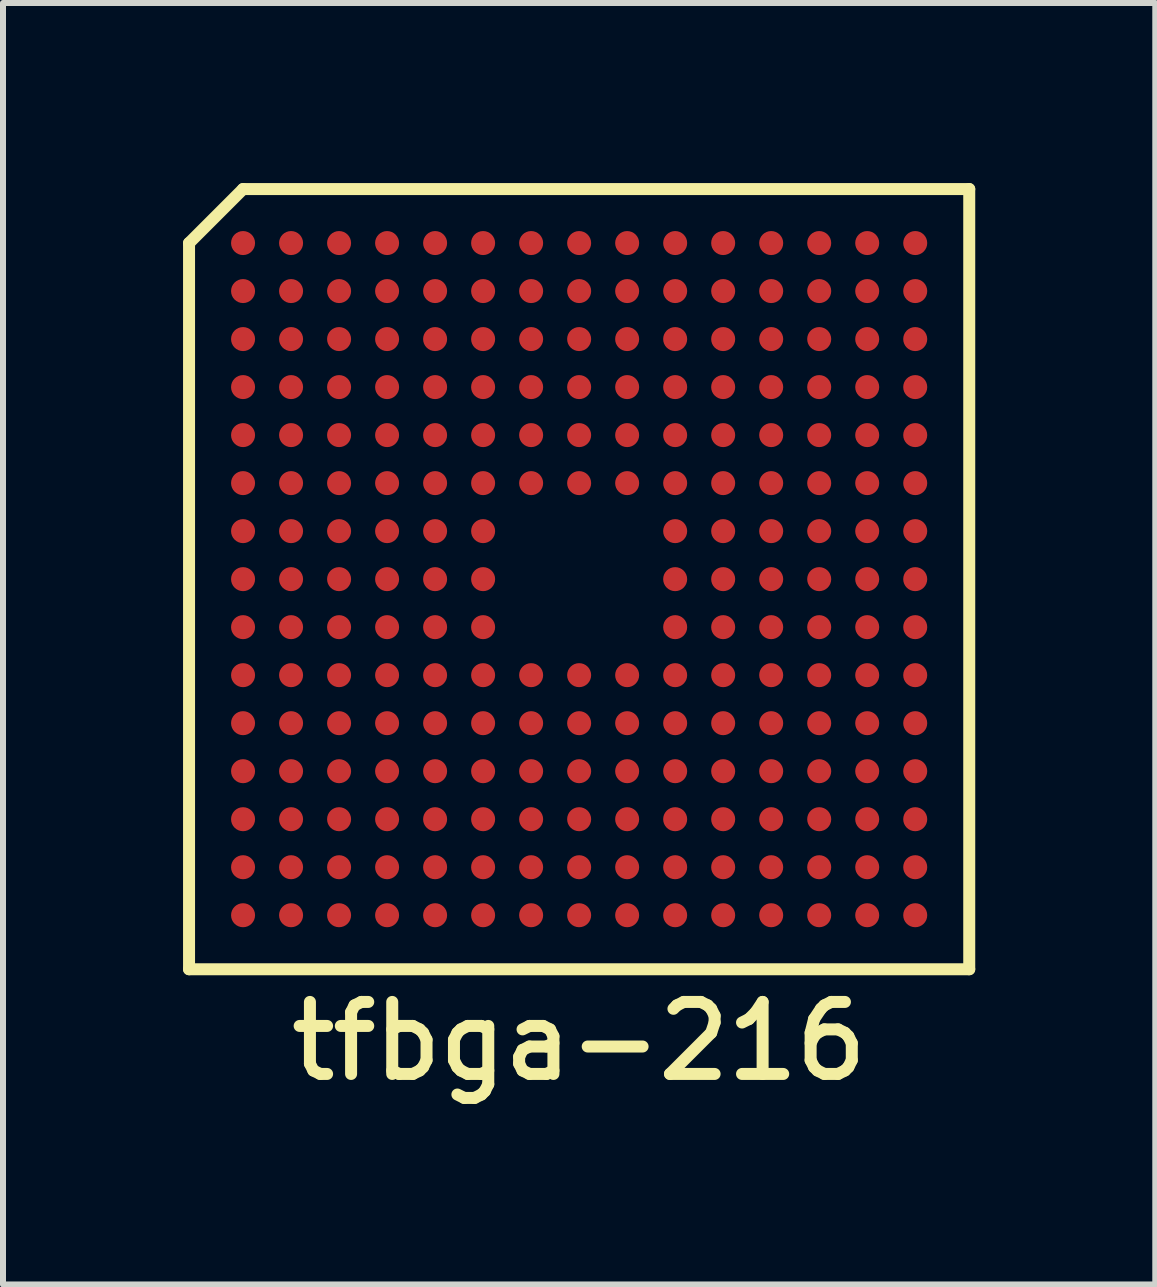
<source format=kicad_pcb>
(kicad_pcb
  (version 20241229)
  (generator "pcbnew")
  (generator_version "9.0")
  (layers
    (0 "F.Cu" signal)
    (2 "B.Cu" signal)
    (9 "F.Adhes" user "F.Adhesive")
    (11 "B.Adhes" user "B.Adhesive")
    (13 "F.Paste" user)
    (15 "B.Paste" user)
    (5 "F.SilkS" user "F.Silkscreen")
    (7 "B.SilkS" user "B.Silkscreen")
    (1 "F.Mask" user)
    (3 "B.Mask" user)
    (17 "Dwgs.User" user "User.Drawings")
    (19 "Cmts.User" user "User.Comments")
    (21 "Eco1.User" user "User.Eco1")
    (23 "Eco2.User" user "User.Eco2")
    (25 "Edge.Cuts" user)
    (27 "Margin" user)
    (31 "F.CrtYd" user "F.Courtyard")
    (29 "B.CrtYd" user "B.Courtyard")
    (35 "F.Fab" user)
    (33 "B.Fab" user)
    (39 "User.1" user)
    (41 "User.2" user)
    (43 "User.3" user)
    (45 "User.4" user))
  (footprint "tfbga-216"
    (layer "F.Cu")
    (at 6.6 6.6)
    (property "Reference" "tfbga-216" (at 0 7.7 0) (layer "F.SilkS") (effects (font (size 1.2 1.2) (thickness 0.2))))
    (attr through_hole)
    (fp_line (start -6.5 -5.6) (end -6.5 6.5) (stroke (width 0.2) (type solid)) (layer "F.SilkS"))
    (fp_line (start -6.5 6.5) (end 6.5 6.5) (stroke (width 0.2) (type solid)) (layer "F.SilkS"))
    (fp_line (start -5.6 -6.5) (end -6.5 -5.6) (stroke (width 0.2) (type solid)) (layer "F.SilkS"))
    (fp_line (start 6.5 -6.5) (end -5.6 -6.5) (stroke (width 0.2) (type solid)) (layer "F.SilkS"))
    (fp_line (start 6.5 6.5) (end 6.5 -6.5) (stroke (width 0.2) (type solid)) (layer "F.SilkS"))
    (pad "A1" smd circle (at -5.6 -5.6) (size 0.4 0.4) (layers "F.Cu" "F.Mask" "F.Paste"))
    (pad "A2" smd circle (at -4.8 -5.6) (size 0.4 0.4) (layers "F.Cu" "F.Mask" "F.Paste"))
    (pad "A3" smd circle (at -4 -5.6) (size 0.4 0.4) (layers "F.Cu" "F.Mask" "F.Paste"))
    (pad "A4" smd circle (at -3.2 -5.6) (size 0.4 0.4) (layers "F.Cu" "F.Mask" "F.Paste"))
    (pad "A5" smd circle (at -2.4 -5.6) (size 0.4 0.4) (layers "F.Cu" "F.Mask" "F.Paste"))
    (pad "A6" smd circle (at -1.6 -5.6) (size 0.4 0.4) (layers "F.Cu" "F.Mask" "F.Paste"))
    (pad "A7" smd circle (at -0.8 -5.6) (size 0.4 0.4) (layers "F.Cu" "F.Mask" "F.Paste"))
    (pad "A8" smd circle (at 0 -5.6) (size 0.4 0.4) (layers "F.Cu" "F.Mask" "F.Paste"))
    (pad "A9" smd circle (at 0.8 -5.6) (size 0.4 0.4) (layers "F.Cu" "F.Mask" "F.Paste"))
    (pad "A10" smd circle (at 1.6 -5.6) (size 0.4 0.4) (layers "F.Cu" "F.Mask" "F.Paste"))
    (pad "A11" smd circle (at 2.4 -5.6) (size 0.4 0.4) (layers "F.Cu" "F.Mask" "F.Paste"))
    (pad "A12" smd circle (at 3.2 -5.6) (size 0.4 0.4) (layers "F.Cu" "F.Mask" "F.Paste"))
    (pad "A13" smd circle (at 4 -5.6) (size 0.4 0.4) (layers "F.Cu" "F.Mask" "F.Paste"))
    (pad "A14" smd circle (at 4.8 -5.6) (size 0.4 0.4) (layers "F.Cu" "F.Mask" "F.Paste"))
    (pad "A15" smd circle (at 5.6 -5.6) (size 0.4 0.4) (layers "F.Cu" "F.Mask" "F.Paste"))
    (pad "B1" smd circle (at -5.6 -4.8) (size 0.4 0.4) (layers "F.Cu" "F.Mask" "F.Paste"))
    (pad "B2" smd circle (at -4.8 -4.8) (size 0.4 0.4) (layers "F.Cu" "F.Mask" "F.Paste"))
    (pad "B3" smd circle (at -4 -4.8) (size 0.4 0.4) (layers "F.Cu" "F.Mask" "F.Paste"))
    (pad "B4" smd circle (at -3.2 -4.8) (size 0.4 0.4) (layers "F.Cu" "F.Mask" "F.Paste"))
    (pad "B5" smd circle (at -2.4 -4.8) (size 0.4 0.4) (layers "F.Cu" "F.Mask" "F.Paste"))
    (pad "B6" smd circle (at -1.6 -4.8) (size 0.4 0.4) (layers "F.Cu" "F.Mask" "F.Paste"))
    (pad "B7" smd circle (at -0.8 -4.8) (size 0.4 0.4) (layers "F.Cu" "F.Mask" "F.Paste"))
    (pad "B8" smd circle (at 0 -4.8) (size 0.4 0.4) (layers "F.Cu" "F.Mask" "F.Paste"))
    (pad "B9" smd circle (at 0.8 -4.8) (size 0.4 0.4) (layers "F.Cu" "F.Mask" "F.Paste"))
    (pad "B10" smd circle (at 1.6 -4.8) (size 0.4 0.4) (layers "F.Cu" "F.Mask" "F.Paste"))
    (pad "B11" smd circle (at 2.4 -4.8) (size 0.4 0.4) (layers "F.Cu" "F.Mask" "F.Paste"))
    (pad "B12" smd circle (at 3.2 -4.8) (size 0.4 0.4) (layers "F.Cu" "F.Mask" "F.Paste"))
    (pad "B13" smd circle (at 4 -4.8) (size 0.4 0.4) (layers "F.Cu" "F.Mask" "F.Paste"))
    (pad "B14" smd circle (at 4.8 -4.8) (size 0.4 0.4) (layers "F.Cu" "F.Mask" "F.Paste"))
    (pad "B15" smd circle (at 5.6 -4.8) (size 0.4 0.4) (layers "F.Cu" "F.Mask" "F.Paste"))
    (pad "C1" smd circle (at -5.6 -4) (size 0.4 0.4) (layers "F.Cu" "F.Mask" "F.Paste"))
    (pad "C2" smd circle (at -4.8 -4) (size 0.4 0.4) (layers "F.Cu" "F.Mask" "F.Paste"))
    (pad "C3" smd circle (at -4 -4) (size 0.4 0.4) (layers "F.Cu" "F.Mask" "F.Paste"))
    (pad "C4" smd circle (at -3.2 -4) (size 0.4 0.4) (layers "F.Cu" "F.Mask" "F.Paste"))
    (pad "C5" smd circle (at -2.4 -4) (size 0.4 0.4) (layers "F.Cu" "F.Mask" "F.Paste"))
    (pad "C6" smd circle (at -1.6 -4) (size 0.4 0.4) (layers "F.Cu" "F.Mask" "F.Paste"))
    (pad "C7" smd circle (at -0.8 -4) (size 0.4 0.4) (layers "F.Cu" "F.Mask" "F.Paste"))
    (pad "C8" smd circle (at 0 -4) (size 0.4 0.4) (layers "F.Cu" "F.Mask" "F.Paste"))
    (pad "C9" smd circle (at 0.8 -4) (size 0.4 0.4) (layers "F.Cu" "F.Mask" "F.Paste"))
    (pad "C10" smd circle (at 1.6 -4) (size 0.4 0.4) (layers "F.Cu" "F.Mask" "F.Paste"))
    (pad "C11" smd circle (at 2.4 -4) (size 0.4 0.4) (layers "F.Cu" "F.Mask" "F.Paste"))
    (pad "C12" smd circle (at 3.2 -4) (size 0.4 0.4) (layers "F.Cu" "F.Mask" "F.Paste"))
    (pad "C13" smd circle (at 4 -4) (size 0.4 0.4) (layers "F.Cu" "F.Mask" "F.Paste"))
    (pad "C14" smd circle (at 4.8 -4) (size 0.4 0.4) (layers "F.Cu" "F.Mask" "F.Paste"))
    (pad "C15" smd circle (at 5.6 -4) (size 0.4 0.4) (layers "F.Cu" "F.Mask" "F.Paste"))
    (pad "D1" smd circle (at -5.6 -3.2) (size 0.4 0.4) (layers "F.Cu" "F.Mask" "F.Paste"))
    (pad "D2" smd circle (at -4.8 -3.2) (size 0.4 0.4) (layers "F.Cu" "F.Mask" "F.Paste"))
    (pad "D3" smd circle (at -4 -3.2) (size 0.4 0.4) (layers "F.Cu" "F.Mask" "F.Paste"))
    (pad "D4" smd circle (at -3.2 -3.2) (size 0.4 0.4) (layers "F.Cu" "F.Mask" "F.Paste"))
    (pad "D5" smd circle (at -2.4 -3.2) (size 0.4 0.4) (layers "F.Cu" "F.Mask" "F.Paste"))
    (pad "D6" smd circle (at -1.6 -3.2) (size 0.4 0.4) (layers "F.Cu" "F.Mask" "F.Paste"))
    (pad "D7" smd circle (at -0.8 -3.2) (size 0.4 0.4) (layers "F.Cu" "F.Mask" "F.Paste"))
    (pad "D8" smd circle (at 0 -3.2) (size 0.4 0.4) (layers "F.Cu" "F.Mask" "F.Paste"))
    (pad "D9" smd circle (at 0.8 -3.2) (size 0.4 0.4) (layers "F.Cu" "F.Mask" "F.Paste"))
    (pad "D10" smd circle (at 1.6 -3.2) (size 0.4 0.4) (layers "F.Cu" "F.Mask" "F.Paste"))
    (pad "D11" smd circle (at 2.4 -3.2) (size 0.4 0.4) (layers "F.Cu" "F.Mask" "F.Paste"))
    (pad "D12" smd circle (at 3.2 -3.2) (size 0.4 0.4) (layers "F.Cu" "F.Mask" "F.Paste"))
    (pad "D13" smd circle (at 4 -3.2) (size 0.4 0.4) (layers "F.Cu" "F.Mask" "F.Paste"))
    (pad "D14" smd circle (at 4.8 -3.2) (size 0.4 0.4) (layers "F.Cu" "F.Mask" "F.Paste"))
    (pad "D15" smd circle (at 5.6 -3.2) (size 0.4 0.4) (layers "F.Cu" "F.Mask" "F.Paste"))
    (pad "E1" smd circle (at -5.6 -2.4) (size 0.4 0.4) (layers "F.Cu" "F.Mask" "F.Paste"))
    (pad "E2" smd circle (at -4.8 -2.4) (size 0.4 0.4) (layers "F.Cu" "F.Mask" "F.Paste"))
    (pad "E3" smd circle (at -4 -2.4) (size 0.4 0.4) (layers "F.Cu" "F.Mask" "F.Paste"))
    (pad "E4" smd circle (at -3.2 -2.4) (size 0.4 0.4) (layers "F.Cu" "F.Mask" "F.Paste"))
    (pad "E5" smd circle (at -2.4 -2.4) (size 0.4 0.4) (layers "F.Cu" "F.Mask" "F.Paste"))
    (pad "E6" smd circle (at -1.6 -2.4) (size 0.4 0.4) (layers "F.Cu" "F.Mask" "F.Paste"))
    (pad "E7" smd circle (at -0.8 -2.4) (size 0.4 0.4) (layers "F.Cu" "F.Mask" "F.Paste"))
    (pad "E8" smd circle (at 0 -2.4) (size 0.4 0.4) (layers "F.Cu" "F.Mask" "F.Paste"))
    (pad "E9" smd circle (at 0.8 -2.4) (size 0.4 0.4) (layers "F.Cu" "F.Mask" "F.Paste"))
    (pad "E10" smd circle (at 1.6 -2.4) (size 0.4 0.4) (layers "F.Cu" "F.Mask" "F.Paste"))
    (pad "E11" smd circle (at 2.4 -2.4) (size 0.4 0.4) (layers "F.Cu" "F.Mask" "F.Paste"))
    (pad "E12" smd circle (at 3.2 -2.4) (size 0.4 0.4) (layers "F.Cu" "F.Mask" "F.Paste"))
    (pad "E13" smd circle (at 4 -2.4) (size 0.4 0.4) (layers "F.Cu" "F.Mask" "F.Paste"))
    (pad "E14" smd circle (at 4.8 -2.4) (size 0.4 0.4) (layers "F.Cu" "F.Mask" "F.Paste"))
    (pad "E15" smd circle (at 5.6 -2.4) (size 0.4 0.4) (layers "F.Cu" "F.Mask" "F.Paste"))
    (pad "F1" smd circle (at -5.6 -1.6) (size 0.4 0.4) (layers "F.Cu" "F.Mask" "F.Paste"))
    (pad "F2" smd circle (at -4.8 -1.6) (size 0.4 0.4) (layers "F.Cu" "F.Mask" "F.Paste"))
    (pad "F3" smd circle (at -4 -1.6) (size 0.4 0.4) (layers "F.Cu" "F.Mask" "F.Paste"))
    (pad "F4" smd circle (at -3.2 -1.6) (size 0.4 0.4) (layers "F.Cu" "F.Mask" "F.Paste"))
    (pad "F5" smd circle (at -2.4 -1.6) (size 0.4 0.4) (layers "F.Cu" "F.Mask" "F.Paste"))
    (pad "F6" smd circle (at -1.6 -1.6) (size 0.4 0.4) (layers "F.Cu" "F.Mask" "F.Paste"))
    (pad "F7" smd circle (at -0.8 -1.6) (size 0.4 0.4) (layers "F.Cu" "F.Mask" "F.Paste"))
    (pad "F8" smd circle (at 0 -1.6) (size 0.4 0.4) (layers "F.Cu" "F.Mask" "F.Paste"))
    (pad "F9" smd circle (at 0.8 -1.6) (size 0.4 0.4) (layers "F.Cu" "F.Mask" "F.Paste"))
    (pad "F10" smd circle (at 1.6 -1.6) (size 0.4 0.4) (layers "F.Cu" "F.Mask" "F.Paste"))
    (pad "F11" smd circle (at 2.4 -1.6) (size 0.4 0.4) (layers "F.Cu" "F.Mask" "F.Paste"))
    (pad "F12" smd circle (at 3.2 -1.6) (size 0.4 0.4) (layers "F.Cu" "F.Mask" "F.Paste"))
    (pad "F13" smd circle (at 4 -1.6) (size 0.4 0.4) (layers "F.Cu" "F.Mask" "F.Paste"))
    (pad "F14" smd circle (at 4.8 -1.6) (size 0.4 0.4) (layers "F.Cu" "F.Mask" "F.Paste"))
    (pad "F15" smd circle (at 5.6 -1.6) (size 0.4 0.4) (layers "F.Cu" "F.Mask" "F.Paste"))
    (pad "G1" smd circle (at -5.6 -0.8) (size 0.4 0.4) (layers "F.Cu" "F.Mask" "F.Paste"))
    (pad "G2" smd circle (at -4.8 -0.8) (size 0.4 0.4) (layers "F.Cu" "F.Mask" "F.Paste"))
    (pad "G3" smd circle (at -4 -0.8) (size 0.4 0.4) (layers "F.Cu" "F.Mask" "F.Paste"))
    (pad "G4" smd circle (at -3.2 -0.8) (size 0.4 0.4) (layers "F.Cu" "F.Mask" "F.Paste"))
    (pad "G5" smd circle (at -2.4 -0.8) (size 0.4 0.4) (layers "F.Cu" "F.Mask" "F.Paste"))
    (pad "G6" smd circle (at -1.6 -0.8) (size 0.4 0.4) (layers "F.Cu" "F.Mask" "F.Paste"))
    (pad "G10" smd circle (at 1.6 -0.8) (size 0.4 0.4) (layers "F.Cu" "F.Mask" "F.Paste"))
    (pad "G11" smd circle (at 2.4 -0.8) (size 0.4 0.4) (layers "F.Cu" "F.Mask" "F.Paste"))
    (pad "G12" smd circle (at 3.2 -0.8) (size 0.4 0.4) (layers "F.Cu" "F.Mask" "F.Paste"))
    (pad "G13" smd circle (at 4 -0.8) (size 0.4 0.4) (layers "F.Cu" "F.Mask" "F.Paste"))
    (pad "G14" smd circle (at 4.8 -0.8) (size 0.4 0.4) (layers "F.Cu" "F.Mask" "F.Paste"))
    (pad "G15" smd circle (at 5.6 -0.8) (size 0.4 0.4) (layers "F.Cu" "F.Mask" "F.Paste"))
    (pad "H1" smd circle (at -5.6 0) (size 0.4 0.4) (layers "F.Cu" "F.Mask" "F.Paste"))
    (pad "H2" smd circle (at -4.8 0) (size 0.4 0.4) (layers "F.Cu" "F.Mask" "F.Paste"))
    (pad "H3" smd circle (at -4 0) (size 0.4 0.4) (layers "F.Cu" "F.Mask" "F.Paste"))
    (pad "H4" smd circle (at -3.2 0) (size 0.4 0.4) (layers "F.Cu" "F.Mask" "F.Paste"))
    (pad "H5" smd circle (at -2.4 0) (size 0.4 0.4) (layers "F.Cu" "F.Mask" "F.Paste"))
    (pad "H6" smd circle (at -1.6 0) (size 0.4 0.4) (layers "F.Cu" "F.Mask" "F.Paste"))
    (pad "H10" smd circle (at 1.6 0) (size 0.4 0.4) (layers "F.Cu" "F.Mask" "F.Paste"))
    (pad "H11" smd circle (at 2.4 0) (size 0.4 0.4) (layers "F.Cu" "F.Mask" "F.Paste"))
    (pad "H12" smd circle (at 3.2 0) (size 0.4 0.4) (layers "F.Cu" "F.Mask" "F.Paste"))
    (pad "H13" smd circle (at 4 0) (size 0.4 0.4) (layers "F.Cu" "F.Mask" "F.Paste"))
    (pad "H14" smd circle (at 4.8 0) (size 0.4 0.4) (layers "F.Cu" "F.Mask" "F.Paste"))
    (pad "H15" smd circle (at 5.6 0) (size 0.4 0.4) (layers "F.Cu" "F.Mask" "F.Paste"))
    (pad "J1" smd circle (at -5.6 0.8) (size 0.4 0.4) (layers "F.Cu" "F.Mask" "F.Paste"))
    (pad "J2" smd circle (at -4.8 0.8) (size 0.4 0.4) (layers "F.Cu" "F.Mask" "F.Paste"))
    (pad "J3" smd circle (at -4 0.8) (size 0.4 0.4) (layers "F.Cu" "F.Mask" "F.Paste"))
    (pad "J4" smd circle (at -3.2 0.8) (size 0.4 0.4) (layers "F.Cu" "F.Mask" "F.Paste"))
    (pad "J5" smd circle (at -2.4 0.8) (size 0.4 0.4) (layers "F.Cu" "F.Mask" "F.Paste"))
    (pad "J6" smd circle (at -1.6 0.8) (size 0.4 0.4) (layers "F.Cu" "F.Mask" "F.Paste"))
    (pad "J10" smd circle (at 1.6 0.8) (size 0.4 0.4) (layers "F.Cu" "F.Mask" "F.Paste"))
    (pad "J11" smd circle (at 2.4 0.8) (size 0.4 0.4) (layers "F.Cu" "F.Mask" "F.Paste"))
    (pad "J12" smd circle (at 3.2 0.8) (size 0.4 0.4) (layers "F.Cu" "F.Mask" "F.Paste"))
    (pad "J13" smd circle (at 4 0.8) (size 0.4 0.4) (layers "F.Cu" "F.Mask" "F.Paste"))
    (pad "J14" smd circle (at 4.8 0.8) (size 0.4 0.4) (layers "F.Cu" "F.Mask" "F.Paste"))
    (pad "J15" smd circle (at 5.6 0.8) (size 0.4 0.4) (layers "F.Cu" "F.Mask" "F.Paste"))
    (pad "K1" smd circle (at -5.6 1.6) (size 0.4 0.4) (layers "F.Cu" "F.Mask" "F.Paste"))
    (pad "K2" smd circle (at -4.8 1.6) (size 0.4 0.4) (layers "F.Cu" "F.Mask" "F.Paste"))
    (pad "K3" smd circle (at -4 1.6) (size 0.4 0.4) (layers "F.Cu" "F.Mask" "F.Paste"))
    (pad "K4" smd circle (at -3.2 1.6) (size 0.4 0.4) (layers "F.Cu" "F.Mask" "F.Paste"))
    (pad "K5" smd circle (at -2.4 1.6) (size 0.4 0.4) (layers "F.Cu" "F.Mask" "F.Paste"))
    (pad "K6" smd circle (at -1.6 1.6) (size 0.4 0.4) (layers "F.Cu" "F.Mask" "F.Paste"))
    (pad "K7" smd circle (at -0.8 1.6) (size 0.4 0.4) (layers "F.Cu" "F.Mask" "F.Paste"))
    (pad "K8" smd circle (at 0 1.6) (size 0.4 0.4) (layers "F.Cu" "F.Mask" "F.Paste"))
    (pad "K9" smd circle (at 0.8 1.6) (size 0.4 0.4) (layers "F.Cu" "F.Mask" "F.Paste"))
    (pad "K10" smd circle (at 1.6 1.6) (size 0.4 0.4) (layers "F.Cu" "F.Mask" "F.Paste"))
    (pad "K11" smd circle (at 2.4 1.6) (size 0.4 0.4) (layers "F.Cu" "F.Mask" "F.Paste"))
    (pad "K12" smd circle (at 3.2 1.6) (size 0.4 0.4) (layers "F.Cu" "F.Mask" "F.Paste"))
    (pad "K13" smd circle (at 4 1.6) (size 0.4 0.4) (layers "F.Cu" "F.Mask" "F.Paste"))
    (pad "K14" smd circle (at 4.8 1.6) (size 0.4 0.4) (layers "F.Cu" "F.Mask" "F.Paste"))
    (pad "K15" smd circle (at 5.6 1.6) (size 0.4 0.4) (layers "F.Cu" "F.Mask" "F.Paste"))
    (pad "L1" smd circle (at -5.6 2.4) (size 0.4 0.4) (layers "F.Cu" "F.Mask" "F.Paste"))
    (pad "L2" smd circle (at -4.8 2.4) (size 0.4 0.4) (layers "F.Cu" "F.Mask" "F.Paste"))
    (pad "L3" smd circle (at -4 2.4) (size 0.4 0.4) (layers "F.Cu" "F.Mask" "F.Paste"))
    (pad "L4" smd circle (at -3.2 2.4) (size 0.4 0.4) (layers "F.Cu" "F.Mask" "F.Paste"))
    (pad "L5" smd circle (at -2.4 2.4) (size 0.4 0.4) (layers "F.Cu" "F.Mask" "F.Paste"))
    (pad "L6" smd circle (at -1.6 2.4) (size 0.4 0.4) (layers "F.Cu" "F.Mask" "F.Paste"))
    (pad "L7" smd circle (at -0.8 2.4) (size 0.4 0.4) (layers "F.Cu" "F.Mask" "F.Paste"))
    (pad "L8" smd circle (at 0 2.4) (size 0.4 0.4) (layers "F.Cu" "F.Mask" "F.Paste"))
    (pad "L9" smd circle (at 0.8 2.4) (size 0.4 0.4) (layers "F.Cu" "F.Mask" "F.Paste"))
    (pad "L10" smd circle (at 1.6 2.4) (size 0.4 0.4) (layers "F.Cu" "F.Mask" "F.Paste"))
    (pad "L11" smd circle (at 2.4 2.4) (size 0.4 0.4) (layers "F.Cu" "F.Mask" "F.Paste"))
    (pad "L12" smd circle (at 3.2 2.4) (size 0.4 0.4) (layers "F.Cu" "F.Mask" "F.Paste"))
    (pad "L13" smd circle (at 4 2.4) (size 0.4 0.4) (layers "F.Cu" "F.Mask" "F.Paste"))
    (pad "L14" smd circle (at 4.8 2.4) (size 0.4 0.4) (layers "F.Cu" "F.Mask" "F.Paste"))
    (pad "L15" smd circle (at 5.6 2.4) (size 0.4 0.4) (layers "F.Cu" "F.Mask" "F.Paste"))
    (pad "M1" smd circle (at -5.6 3.2) (size 0.4 0.4) (layers "F.Cu" "F.Mask" "F.Paste"))
    (pad "M2" smd circle (at -4.8 3.2) (size 0.4 0.4) (layers "F.Cu" "F.Mask" "F.Paste"))
    (pad "M3" smd circle (at -4 3.2) (size 0.4 0.4) (layers "F.Cu" "F.Mask" "F.Paste"))
    (pad "M4" smd circle (at -3.2 3.2) (size 0.4 0.4) (layers "F.Cu" "F.Mask" "F.Paste"))
    (pad "M5" smd circle (at -2.4 3.2) (size 0.4 0.4) (layers "F.Cu" "F.Mask" "F.Paste"))
    (pad "M6" smd circle (at -1.6 3.2) (size 0.4 0.4) (layers "F.Cu" "F.Mask" "F.Paste"))
    (pad "M7" smd circle (at -0.8 3.2) (size 0.4 0.4) (layers "F.Cu" "F.Mask" "F.Paste"))
    (pad "M8" smd circle (at 0 3.2) (size 0.4 0.4) (layers "F.Cu" "F.Mask" "F.Paste"))
    (pad "M9" smd circle (at 0.8 3.2) (size 0.4 0.4) (layers "F.Cu" "F.Mask" "F.Paste"))
    (pad "M10" smd circle (at 1.6 3.2) (size 0.4 0.4) (layers "F.Cu" "F.Mask" "F.Paste"))
    (pad "M11" smd circle (at 2.4 3.2) (size 0.4 0.4) (layers "F.Cu" "F.Mask" "F.Paste"))
    (pad "M12" smd circle (at 3.2 3.2) (size 0.4 0.4) (layers "F.Cu" "F.Mask" "F.Paste"))
    (pad "M13" smd circle (at 4 3.2) (size 0.4 0.4) (layers "F.Cu" "F.Mask" "F.Paste"))
    (pad "M14" smd circle (at 4.8 3.2) (size 0.4 0.4) (layers "F.Cu" "F.Mask" "F.Paste"))
    (pad "M15" smd circle (at 5.6 3.2) (size 0.4 0.4) (layers "F.Cu" "F.Mask" "F.Paste"))
    (pad "N1" smd circle (at -5.6 4) (size 0.4 0.4) (layers "F.Cu" "F.Mask" "F.Paste"))
    (pad "N2" smd circle (at -4.8 4) (size 0.4 0.4) (layers "F.Cu" "F.Mask" "F.Paste"))
    (pad "N3" smd circle (at -4 4) (size 0.4 0.4) (layers "F.Cu" "F.Mask" "F.Paste"))
    (pad "N4" smd circle (at -3.2 4) (size 0.4 0.4) (layers "F.Cu" "F.Mask" "F.Paste"))
    (pad "N5" smd circle (at -2.4 4) (size 0.4 0.4) (layers "F.Cu" "F.Mask" "F.Paste"))
    (pad "N6" smd circle (at -1.6 4) (size 0.4 0.4) (layers "F.Cu" "F.Mask" "F.Paste"))
    (pad "N7" smd circle (at -0.8 4) (size 0.4 0.4) (layers "F.Cu" "F.Mask" "F.Paste"))
    (pad "N8" smd circle (at 0 4) (size 0.4 0.4) (layers "F.Cu" "F.Mask" "F.Paste"))
    (pad "N9" smd circle (at 0.8 4) (size 0.4 0.4) (layers "F.Cu" "F.Mask" "F.Paste"))
    (pad "N10" smd circle (at 1.6 4) (size 0.4 0.4) (layers "F.Cu" "F.Mask" "F.Paste"))
    (pad "N11" smd circle (at 2.4 4) (size 0.4 0.4) (layers "F.Cu" "F.Mask" "F.Paste"))
    (pad "N12" smd circle (at 3.2 4) (size 0.4 0.4) (layers "F.Cu" "F.Mask" "F.Paste"))
    (pad "N13" smd circle (at 4 4) (size 0.4 0.4) (layers "F.Cu" "F.Mask" "F.Paste"))
    (pad "N14" smd circle (at 4.8 4) (size 0.4 0.4) (layers "F.Cu" "F.Mask" "F.Paste"))
    (pad "N15" smd circle (at 5.6 4) (size 0.4 0.4) (layers "F.Cu" "F.Mask" "F.Paste"))
    (pad "P1" smd circle (at -5.6 4.8) (size 0.4 0.4) (layers "F.Cu" "F.Mask" "F.Paste"))
    (pad "P2" smd circle (at -4.8 4.8) (size 0.4 0.4) (layers "F.Cu" "F.Mask" "F.Paste"))
    (pad "P3" smd circle (at -4 4.8) (size 0.4 0.4) (layers "F.Cu" "F.Mask" "F.Paste"))
    (pad "P4" smd circle (at -3.2 4.8) (size 0.4 0.4) (layers "F.Cu" "F.Mask" "F.Paste"))
    (pad "P5" smd circle (at -2.4 4.8) (size 0.4 0.4) (layers "F.Cu" "F.Mask" "F.Paste"))
    (pad "P6" smd circle (at -1.6 4.8) (size 0.4 0.4) (layers "F.Cu" "F.Mask" "F.Paste"))
    (pad "P7" smd circle (at -0.8 4.8) (size 0.4 0.4) (layers "F.Cu" "F.Mask" "F.Paste"))
    (pad "P8" smd circle (at 0 4.8) (size 0.4 0.4) (layers "F.Cu" "F.Mask" "F.Paste"))
    (pad "P9" smd circle (at 0.8 4.8) (size 0.4 0.4) (layers "F.Cu" "F.Mask" "F.Paste"))
    (pad "P10" smd circle (at 1.6 4.8) (size 0.4 0.4) (layers "F.Cu" "F.Mask" "F.Paste"))
    (pad "P11" smd circle (at 2.4 4.8) (size 0.4 0.4) (layers "F.Cu" "F.Mask" "F.Paste"))
    (pad "P12" smd circle (at 3.2 4.8) (size 0.4 0.4) (layers "F.Cu" "F.Mask" "F.Paste"))
    (pad "P13" smd circle (at 4 4.8) (size 0.4 0.4) (layers "F.Cu" "F.Mask" "F.Paste"))
    (pad "P14" smd circle (at 4.8 4.8) (size 0.4 0.4) (layers "F.Cu" "F.Mask" "F.Paste"))
    (pad "P15" smd circle (at 5.6 4.8) (size 0.4 0.4) (layers "F.Cu" "F.Mask" "F.Paste"))
    (pad "R1" smd circle (at -5.6 5.6) (size 0.4 0.4) (layers "F.Cu" "F.Mask" "F.Paste"))
    (pad "R2" smd circle (at -4.8 5.6) (size 0.4 0.4) (layers "F.Cu" "F.Mask" "F.Paste"))
    (pad "R3" smd circle (at -4 5.6) (size 0.4 0.4) (layers "F.Cu" "F.Mask" "F.Paste"))
    (pad "R4" smd circle (at -3.2 5.6) (size 0.4 0.4) (layers "F.Cu" "F.Mask" "F.Paste"))
    (pad "R5" smd circle (at -2.4 5.6) (size 0.4 0.4) (layers "F.Cu" "F.Mask" "F.Paste"))
    (pad "R6" smd circle (at -1.6 5.6) (size 0.4 0.4) (layers "F.Cu" "F.Mask" "F.Paste"))
    (pad "R7" smd circle (at -0.8 5.6) (size 0.4 0.4) (layers "F.Cu" "F.Mask" "F.Paste"))
    (pad "R8" smd circle (at 0 5.6) (size 0.4 0.4) (layers "F.Cu" "F.Mask" "F.Paste"))
    (pad "R9" smd circle (at 0.8 5.6) (size 0.4 0.4) (layers "F.Cu" "F.Mask" "F.Paste"))
    (pad "R10" smd circle (at 1.6 5.6) (size 0.4 0.4) (layers "F.Cu" "F.Mask" "F.Paste"))
    (pad "R11" smd circle (at 2.4 5.6) (size 0.4 0.4) (layers "F.Cu" "F.Mask" "F.Paste"))
    (pad "R12" smd circle (at 3.2 5.6) (size 0.4 0.4) (layers "F.Cu" "F.Mask" "F.Paste"))
    (pad "R13" smd circle (at 4 5.6) (size 0.4 0.4) (layers "F.Cu" "F.Mask" "F.Paste"))
    (pad "R14" smd circle (at 4.8 5.6) (size 0.4 0.4) (layers "F.Cu" "F.Mask" "F.Paste"))
    (pad "R15" smd circle (at 5.6 5.6) (size 0.4 0.4) (layers "F.Cu" "F.Mask" "F.Paste")))
  (gr_rect
    (start -3 -3)
    (end 16.2 18.353)
    (stroke (width 0.1) (type default))
    (fill no)
    (layer "Edge.Cuts")))
</source>
